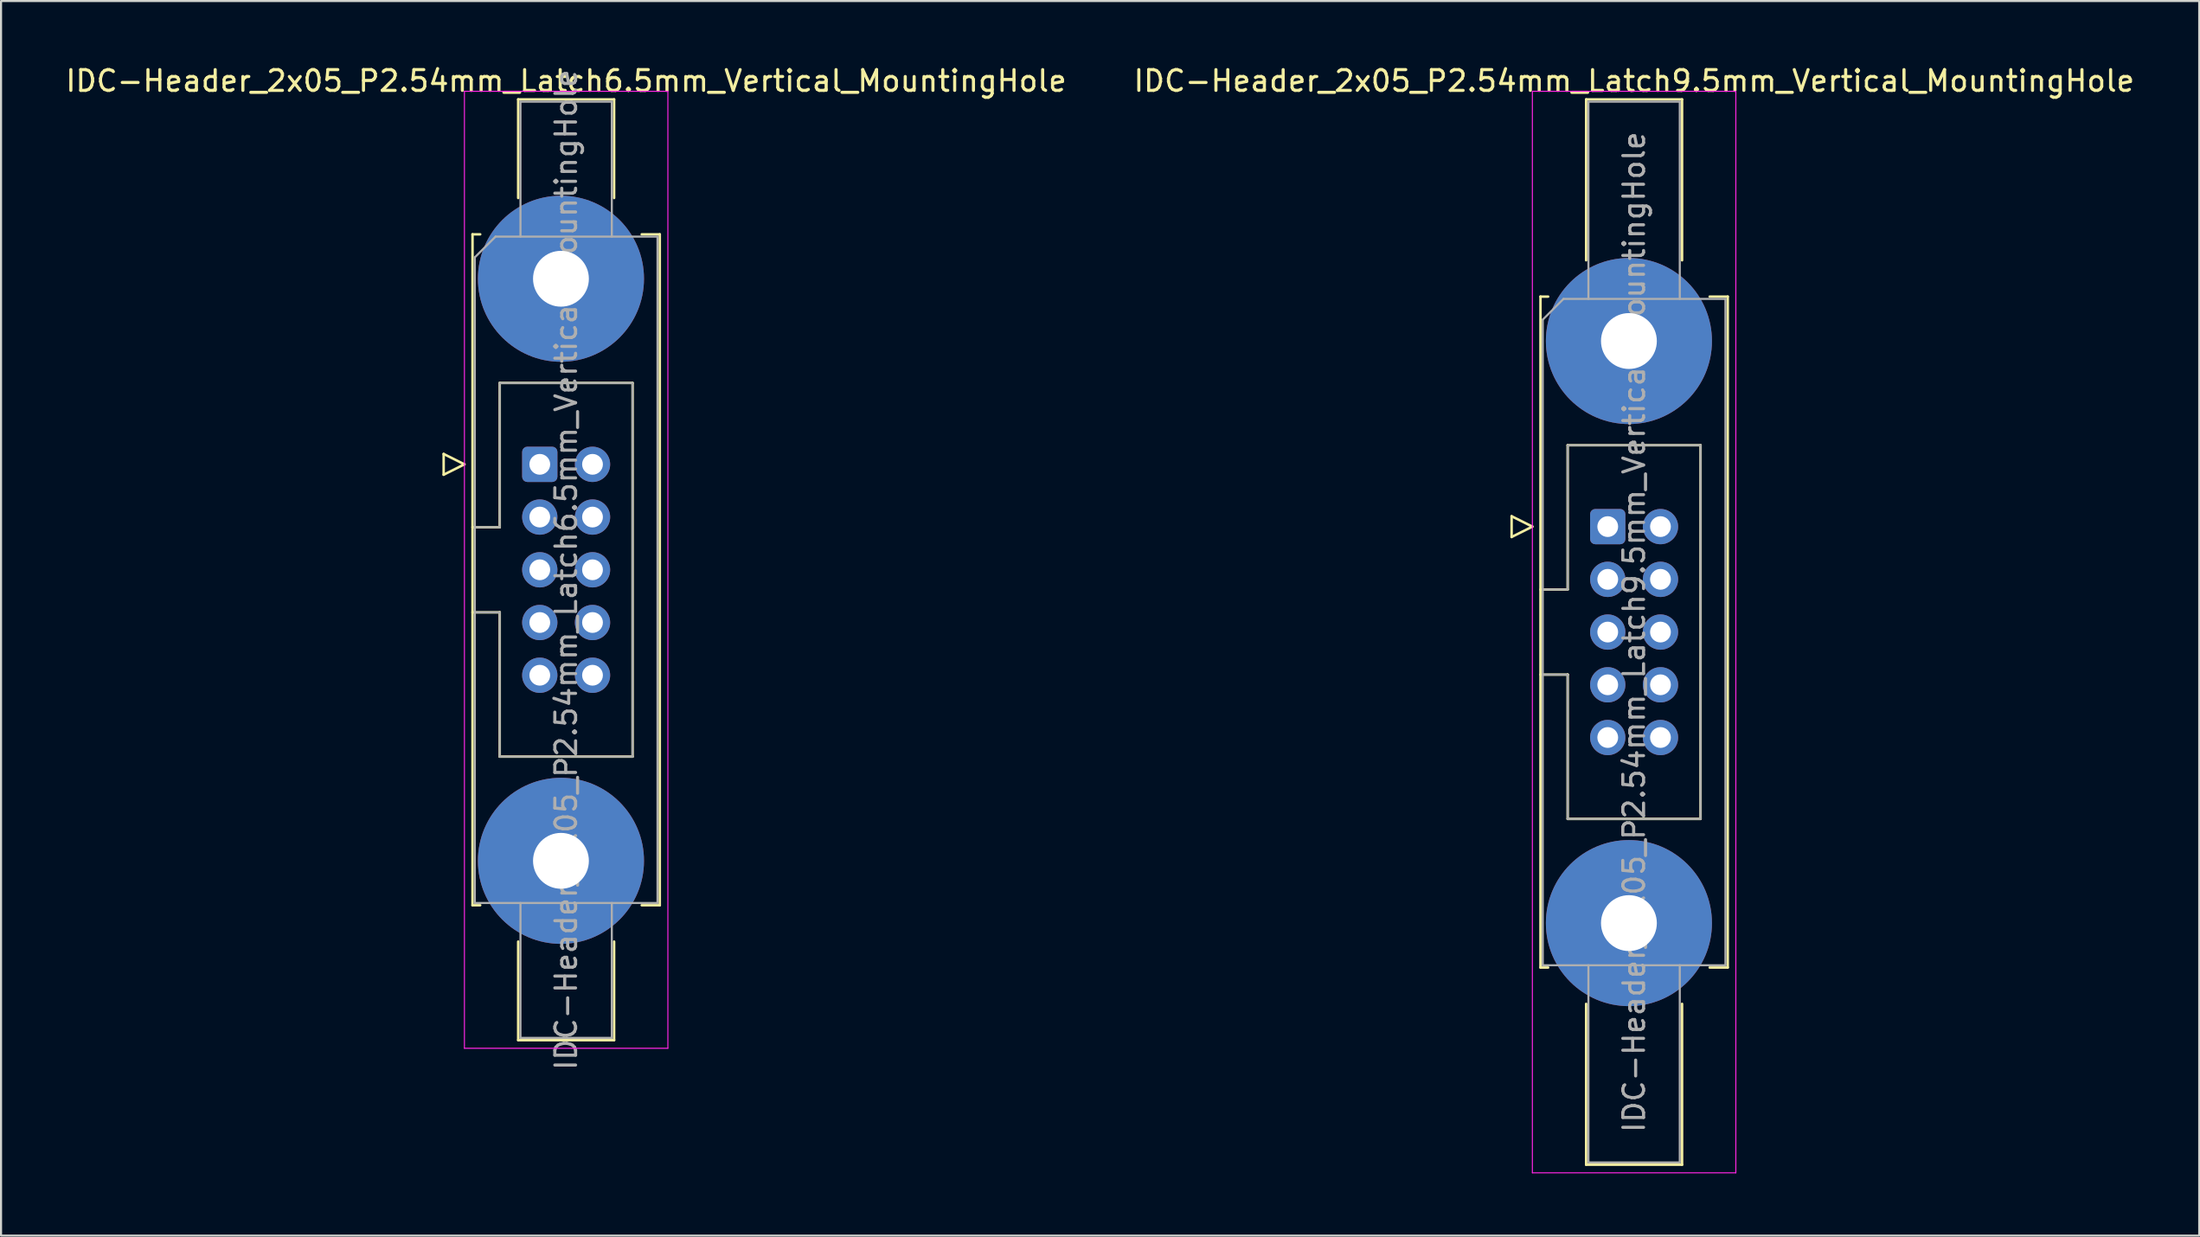
<source format=kicad_pcb>
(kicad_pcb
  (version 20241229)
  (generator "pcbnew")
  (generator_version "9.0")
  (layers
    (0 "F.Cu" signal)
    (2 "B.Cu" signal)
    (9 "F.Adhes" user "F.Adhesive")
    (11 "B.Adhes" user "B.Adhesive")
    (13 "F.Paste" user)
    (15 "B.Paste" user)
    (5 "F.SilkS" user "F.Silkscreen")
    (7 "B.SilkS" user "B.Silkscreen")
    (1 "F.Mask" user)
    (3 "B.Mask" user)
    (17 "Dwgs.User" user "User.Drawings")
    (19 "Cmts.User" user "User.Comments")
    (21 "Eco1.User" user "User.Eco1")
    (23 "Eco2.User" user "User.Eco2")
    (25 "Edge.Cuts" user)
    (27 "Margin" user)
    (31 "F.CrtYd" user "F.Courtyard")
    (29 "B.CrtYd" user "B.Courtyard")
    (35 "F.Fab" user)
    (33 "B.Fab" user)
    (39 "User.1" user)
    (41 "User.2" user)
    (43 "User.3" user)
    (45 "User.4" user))
  (footprint "IDC-Header_2x05_P2.54mm_Latch9.5mm_Vertical_MountingHole"
    (layer "F.Cu")
    (at 74.391 22.318)
    (property "Reference" "IDC-Header_2x05_P2.54mm_Latch9.5mm_Vertical_MountingHole" (at 1.27 -21.47 0) (layer "F.SilkS") (effects (font (size 1 1) (thickness 0.15))))
    (attr through_hole)
    (fp_line (start -4.63 -0.5) (end -4.63 0.5) (stroke (width 0.12) (type solid)) (layer "F.SilkS"))
    (fp_line (start -4.63 0.5) (end -3.63 0) (stroke (width 0.12) (type solid)) (layer "F.SilkS"))
    (fp_line (start -3.63 0) (end -4.63 -0.5) (stroke (width 0.12) (type solid)) (layer "F.SilkS"))
    (fp_line (start -3.24 -11.08) (end -3.24 21.24) (stroke (width 0.12) (type solid)) (layer "F.SilkS"))
    (fp_line (start -3.24 3.03) (end -1.93 3.03) (stroke (width 0.12) (type solid)) (layer "F.SilkS"))
    (fp_line (start -3.24 21.24) (end -2.87 21.24) (stroke (width 0.12) (type solid)) (layer "F.SilkS"))
    (fp_line (start -2.87 -11.08) (end -3.24 -11.08) (stroke (width 0.12) (type solid)) (layer "F.SilkS"))
    (fp_line (start -1.93 -3.92) (end 4.47 -3.92) (stroke (width 0.12) (type solid)) (layer "F.SilkS"))
    (fp_line (start -1.93 3.03) (end -1.93 -3.92) (stroke (width 0.12) (type solid)) (layer "F.SilkS"))
    (fp_line (start -1.93 7.13) (end -3.24 7.13) (stroke (width 0.12) (type solid)) (layer "F.SilkS"))
    (fp_line (start -1.93 7.13) (end -1.93 7.13) (stroke (width 0.12) (type solid)) (layer "F.SilkS"))
    (fp_line (start -1.93 14.08) (end -1.93 7.13) (stroke (width 0.12) (type solid)) (layer "F.SilkS"))
    (fp_line (start -1.04 -20.58) (end 3.58 -20.58) (stroke (width 0.12) (type solid)) (layer "F.SilkS"))
    (fp_line (start -1.04 -12.83) (end -1.04 -20.58) (stroke (width 0.12) (type solid)) (layer "F.SilkS"))
    (fp_line (start -1.04 22.99) (end -1.04 30.74) (stroke (width 0.12) (type solid)) (layer "F.SilkS"))
    (fp_line (start -1.04 30.74) (end 3.58 30.74) (stroke (width 0.12) (type solid)) (layer "F.SilkS"))
    (fp_line (start 3.58 -20.58) (end 3.58 -12.83) (stroke (width 0.12) (type solid)) (layer "F.SilkS"))
    (fp_line (start 3.58 30.74) (end 3.58 22.99) (stroke (width 0.12) (type solid)) (layer "F.SilkS"))
    (fp_line (start 4.47 -3.92) (end 4.47 14.08) (stroke (width 0.12) (type solid)) (layer "F.SilkS"))
    (fp_line (start 4.47 14.08) (end -1.93 14.08) (stroke (width 0.12) (type solid)) (layer "F.SilkS"))
    (fp_line (start 4.91 -11.08) (end 5.78 -11.08) (stroke (width 0.12) (type solid)) (layer "F.SilkS"))
    (fp_line (start 5.78 -11.08) (end 5.78 21.24) (stroke (width 0.12) (type solid)) (layer "F.SilkS"))
    (fp_line (start 5.78 21.24) (end 4.91 21.24) (stroke (width 0.12) (type solid)) (layer "F.SilkS"))
    (fp_line (start -3.63 -20.97) (end -3.63 31.13) (stroke (width 0.05) (type solid)) (layer "F.CrtYd"))
    (fp_line (start -3.63 31.13) (end 6.17 31.13) (stroke (width 0.05) (type solid)) (layer "F.CrtYd"))
    (fp_line (start 6.17 -20.97) (end -3.63 -20.97) (stroke (width 0.05) (type solid)) (layer "F.CrtYd"))
    (fp_line (start 6.17 31.13) (end 6.17 -20.97) (stroke (width 0.05) (type solid)) (layer "F.CrtYd"))
    (fp_line (start -3.13 -9.97) (end -2.13 -10.97) (stroke (width 0.1) (type solid)) (layer "F.Fab"))
    (fp_line (start -3.13 3.03) (end -1.93 3.03) (stroke (width 0.1) (type solid)) (layer "F.Fab"))
    (fp_line (start -3.13 21.13) (end -3.13 -9.97) (stroke (width 0.1) (type solid)) (layer "F.Fab"))
    (fp_line (start -2.13 -10.97) (end 5.67 -10.97) (stroke (width 0.1) (type solid)) (layer "F.Fab"))
    (fp_line (start -1.93 -3.92) (end 4.47 -3.92) (stroke (width 0.1) (type solid)) (layer "F.Fab"))
    (fp_line (start -1.93 3.03) (end -1.93 -3.92) (stroke (width 0.1) (type solid)) (layer "F.Fab"))
    (fp_line (start -1.93 7.13) (end -3.13 7.13) (stroke (width 0.1) (type solid)) (layer "F.Fab"))
    (fp_line (start -1.93 7.13) (end -1.93 7.13) (stroke (width 0.1) (type solid)) (layer "F.Fab"))
    (fp_line (start -1.93 14.08) (end -1.93 7.13) (stroke (width 0.1) (type solid)) (layer "F.Fab"))
    (fp_line (start -0.93 -20.47) (end 3.47 -20.47) (stroke (width 0.1) (type solid)) (layer "F.Fab"))
    (fp_line (start -0.93 -10.97) (end -0.93 -20.47) (stroke (width 0.1) (type solid)) (layer "F.Fab"))
    (fp_line (start -0.93 21.13) (end -0.93 30.63) (stroke (width 0.1) (type solid)) (layer "F.Fab"))
    (fp_line (start -0.93 30.63) (end 3.47 30.63) (stroke (width 0.1) (type solid)) (layer "F.Fab"))
    (fp_line (start 3.47 -20.47) (end 3.47 -10.97) (stroke (width 0.1) (type solid)) (layer "F.Fab"))
    (fp_line (start 3.47 30.63) (end 3.47 21.13) (stroke (width 0.1) (type solid)) (layer "F.Fab"))
    (fp_line (start 4.47 -3.92) (end 4.47 14.08) (stroke (width 0.1) (type solid)) (layer "F.Fab"))
    (fp_line (start 4.47 14.08) (end -1.93 14.08) (stroke (width 0.1) (type solid)) (layer "F.Fab"))
    (fp_line (start 5.67 -10.97) (end 5.67 21.13) (stroke (width 0.1) (type solid)) (layer "F.Fab"))
    (fp_line (start 5.67 21.13) (end -3.13 21.13) (stroke (width 0.1) (type solid)) (layer "F.Fab"))
    (fp_text user "${REFERENCE}" (at 1.27 5.08 90) (layer "F.Fab") (effects (font (size 1 1) (thickness 0.15))))
    (pad "" thru_hole circle (at 1.02 -8.94) (size 8 8) (drill 2.69) (layers "*.Cu" "*.Mask"))
    (pad "" thru_hole circle (at 1.02 19.1) (size 8 8) (drill 2.69) (layers "*.Cu" "*.Mask"))
    (pad "1" thru_hole roundrect (at 0 0) (size 1.7 1.7) (drill 1) (layers "*.Cu" "*.Mask") (roundrect_rratio 0.147))
    (pad "2" thru_hole circle (at 2.54 0) (size 1.7 1.7) (drill 1) (layers "*.Cu" "*.Mask"))
    (pad "3" thru_hole circle (at 0 2.54) (size 1.7 1.7) (drill 1) (layers "*.Cu" "*.Mask"))
    (pad "4" thru_hole circle (at 2.54 2.54) (size 1.7 1.7) (drill 1) (layers "*.Cu" "*.Mask"))
    (pad "5" thru_hole circle (at 0 5.08) (size 1.7 1.7) (drill 1) (layers "*.Cu" "*.Mask"))
    (pad "6" thru_hole circle (at 2.54 5.08) (size 1.7 1.7) (drill 1) (layers "*.Cu" "*.Mask"))
    (pad "7" thru_hole circle (at 0 7.62) (size 1.7 1.7) (drill 1) (layers "*.Cu" "*.Mask"))
    (pad "8" thru_hole circle (at 2.54 7.62) (size 1.7 1.7) (drill 1) (layers "*.Cu" "*.Mask"))
    (pad "9" thru_hole circle (at 0 10.16) (size 1.7 1.7) (drill 1) (layers "*.Cu" "*.Mask"))
    (pad "10" thru_hole circle (at 2.54 10.16) (size 1.7 1.7) (drill 1) (layers "*.Cu" "*.Mask")))
  (footprint "IDC-Header_2x05_P2.54mm_Latch6.5mm_Vertical_MountingHole"
    (layer "F.Cu")
    (at 22.95 19.318)
    (property "Reference" "IDC-Header_2x05_P2.54mm_Latch6.5mm_Vertical_MountingHole" (at 1.27 -18.47 0) (layer "F.SilkS") (effects (font (size 1 1) (thickness 0.15))))
    (attr through_hole)
    (fp_line (start -4.63 -0.5) (end -4.63 0.5) (stroke (width 0.12) (type solid)) (layer "F.SilkS"))
    (fp_line (start -4.63 0.5) (end -3.63 0) (stroke (width 0.12) (type solid)) (layer "F.SilkS"))
    (fp_line (start -3.63 0) (end -4.63 -0.5) (stroke (width 0.12) (type solid)) (layer "F.SilkS"))
    (fp_line (start -3.24 -11.08) (end -3.24 21.24) (stroke (width 0.12) (type solid)) (layer "F.SilkS"))
    (fp_line (start -3.24 3.03) (end -1.93 3.03) (stroke (width 0.12) (type solid)) (layer "F.SilkS"))
    (fp_line (start -3.24 21.24) (end -2.87 21.24) (stroke (width 0.12) (type solid)) (layer "F.SilkS"))
    (fp_line (start -2.87 -11.08) (end -3.24 -11.08) (stroke (width 0.12) (type solid)) (layer "F.SilkS"))
    (fp_line (start -1.93 -3.92) (end 4.47 -3.92) (stroke (width 0.12) (type solid)) (layer "F.SilkS"))
    (fp_line (start -1.93 3.03) (end -1.93 -3.92) (stroke (width 0.12) (type solid)) (layer "F.SilkS"))
    (fp_line (start -1.93 7.13) (end -3.24 7.13) (stroke (width 0.12) (type solid)) (layer "F.SilkS"))
    (fp_line (start -1.93 7.13) (end -1.93 7.13) (stroke (width 0.12) (type solid)) (layer "F.SilkS"))
    (fp_line (start -1.93 14.08) (end -1.93 7.13) (stroke (width 0.12) (type solid)) (layer "F.SilkS"))
    (fp_line (start -1.04 -17.58) (end 3.58 -17.58) (stroke (width 0.12) (type solid)) (layer "F.SilkS"))
    (fp_line (start -1.04 -12.83) (end -1.04 -17.58) (stroke (width 0.12) (type solid)) (layer "F.SilkS"))
    (fp_line (start -1.04 22.99) (end -1.04 27.74) (stroke (width 0.12) (type solid)) (layer "F.SilkS"))
    (fp_line (start -1.04 27.74) (end 3.58 27.74) (stroke (width 0.12) (type solid)) (layer "F.SilkS"))
    (fp_line (start 3.58 -17.58) (end 3.58 -12.83) (stroke (width 0.12) (type solid)) (layer "F.SilkS"))
    (fp_line (start 3.58 27.74) (end 3.58 22.99) (stroke (width 0.12) (type solid)) (layer "F.SilkS"))
    (fp_line (start 4.47 -3.92) (end 4.47 14.08) (stroke (width 0.12) (type solid)) (layer "F.SilkS"))
    (fp_line (start 4.47 14.08) (end -1.93 14.08) (stroke (width 0.12) (type solid)) (layer "F.SilkS"))
    (fp_line (start 4.91 -11.08) (end 5.78 -11.08) (stroke (width 0.12) (type solid)) (layer "F.SilkS"))
    (fp_line (start 5.78 -11.08) (end 5.78 21.24) (stroke (width 0.12) (type solid)) (layer "F.SilkS"))
    (fp_line (start 5.78 21.24) (end 4.91 21.24) (stroke (width 0.12) (type solid)) (layer "F.SilkS"))
    (fp_line (start -3.63 -17.97) (end -3.63 28.13) (stroke (width 0.05) (type solid)) (layer "F.CrtYd"))
    (fp_line (start -3.63 28.13) (end 6.17 28.13) (stroke (width 0.05) (type solid)) (layer "F.CrtYd"))
    (fp_line (start 6.17 -17.97) (end -3.63 -17.97) (stroke (width 0.05) (type solid)) (layer "F.CrtYd"))
    (fp_line (start 6.17 28.13) (end 6.17 -17.97) (stroke (width 0.05) (type solid)) (layer "F.CrtYd"))
    (fp_line (start -3.13 -9.97) (end -2.13 -10.97) (stroke (width 0.1) (type solid)) (layer "F.Fab"))
    (fp_line (start -3.13 3.03) (end -1.93 3.03) (stroke (width 0.1) (type solid)) (layer "F.Fab"))
    (fp_line (start -3.13 21.13) (end -3.13 -9.97) (stroke (width 0.1) (type solid)) (layer "F.Fab"))
    (fp_line (start -2.13 -10.97) (end 5.67 -10.97) (stroke (width 0.1) (type solid)) (layer "F.Fab"))
    (fp_line (start -1.93 -3.92) (end 4.47 -3.92) (stroke (width 0.1) (type solid)) (layer "F.Fab"))
    (fp_line (start -1.93 3.03) (end -1.93 -3.92) (stroke (width 0.1) (type solid)) (layer "F.Fab"))
    (fp_line (start -1.93 7.13) (end -3.13 7.13) (stroke (width 0.1) (type solid)) (layer "F.Fab"))
    (fp_line (start -1.93 7.13) (end -1.93 7.13) (stroke (width 0.1) (type solid)) (layer "F.Fab"))
    (fp_line (start -1.93 14.08) (end -1.93 7.13) (stroke (width 0.1) (type solid)) (layer "F.Fab"))
    (fp_line (start -0.93 -17.47) (end 3.47 -17.47) (stroke (width 0.1) (type solid)) (layer "F.Fab"))
    (fp_line (start -0.93 -10.97) (end -0.93 -17.47) (stroke (width 0.1) (type solid)) (layer "F.Fab"))
    (fp_line (start -0.93 21.13) (end -0.93 27.63) (stroke (width 0.1) (type solid)) (layer "F.Fab"))
    (fp_line (start -0.93 27.63) (end 3.47 27.63) (stroke (width 0.1) (type solid)) (layer "F.Fab"))
    (fp_line (start 3.47 -17.47) (end 3.47 -10.97) (stroke (width 0.1) (type solid)) (layer "F.Fab"))
    (fp_line (start 3.47 27.63) (end 3.47 21.13) (stroke (width 0.1) (type solid)) (layer "F.Fab"))
    (fp_line (start 4.47 -3.92) (end 4.47 14.08) (stroke (width 0.1) (type solid)) (layer "F.Fab"))
    (fp_line (start 4.47 14.08) (end -1.93 14.08) (stroke (width 0.1) (type solid)) (layer "F.Fab"))
    (fp_line (start 5.67 -10.97) (end 5.67 21.13) (stroke (width 0.1) (type solid)) (layer "F.Fab"))
    (fp_line (start 5.67 21.13) (end -3.13 21.13) (stroke (width 0.1) (type solid)) (layer "F.Fab"))
    (fp_text user "${REFERENCE}" (at 1.27 5.08 90) (layer "F.Fab") (effects (font (size 1 1) (thickness 0.15))))
    (pad "" thru_hole circle (at 1.02 -8.94) (size 8 8) (drill 2.69) (layers "*.Cu" "*.Mask"))
    (pad "" thru_hole circle (at 1.02 19.1) (size 8 8) (drill 2.69) (layers "*.Cu" "*.Mask"))
    (pad "1" thru_hole roundrect (at 0 0) (size 1.7 1.7) (drill 1) (layers "*.Cu" "*.Mask") (roundrect_rratio 0.147))
    (pad "2" thru_hole circle (at 2.54 0) (size 1.7 1.7) (drill 1) (layers "*.Cu" "*.Mask"))
    (pad "3" thru_hole circle (at 0 2.54) (size 1.7 1.7) (drill 1) (layers "*.Cu" "*.Mask"))
    (pad "4" thru_hole circle (at 2.54 2.54) (size 1.7 1.7) (drill 1) (layers "*.Cu" "*.Mask"))
    (pad "5" thru_hole circle (at 0 5.08) (size 1.7 1.7) (drill 1) (layers "*.Cu" "*.Mask"))
    (pad "6" thru_hole circle (at 2.54 5.08) (size 1.7 1.7) (drill 1) (layers "*.Cu" "*.Mask"))
    (pad "7" thru_hole circle (at 0 7.62) (size 1.7 1.7) (drill 1) (layers "*.Cu" "*.Mask"))
    (pad "8" thru_hole circle (at 2.54 7.62) (size 1.7 1.7) (drill 1) (layers "*.Cu" "*.Mask"))
    (pad "9" thru_hole circle (at 0 10.16) (size 1.7 1.7) (drill 1) (layers "*.Cu" "*.Mask"))
    (pad "10" thru_hole circle (at 2.54 10.16) (size 1.7 1.7) (drill 1) (layers "*.Cu" "*.Mask")))
  (gr_rect
    (start -3 -3)
    (end 102.881 56.473)
    (stroke (width 0.1) (type default))
    (fill no)
    (layer "Edge.Cuts")))
</source>
